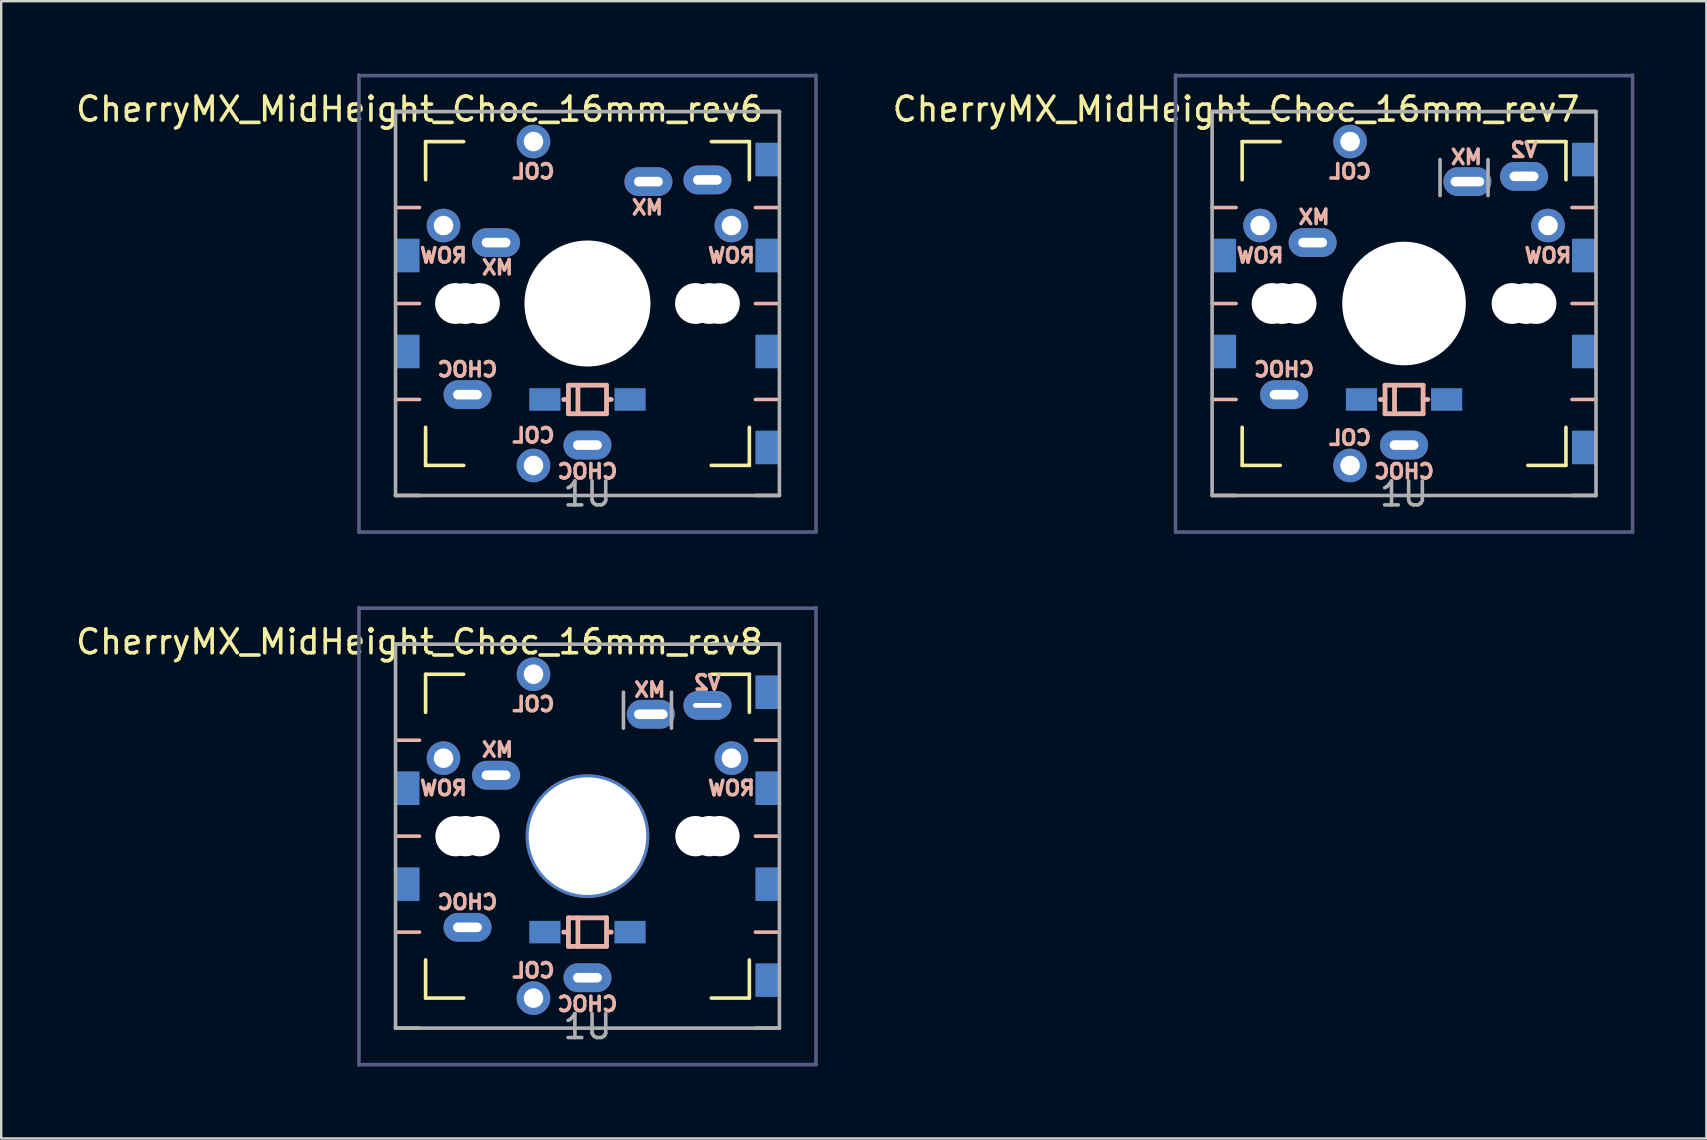
<source format=kicad_pcb>
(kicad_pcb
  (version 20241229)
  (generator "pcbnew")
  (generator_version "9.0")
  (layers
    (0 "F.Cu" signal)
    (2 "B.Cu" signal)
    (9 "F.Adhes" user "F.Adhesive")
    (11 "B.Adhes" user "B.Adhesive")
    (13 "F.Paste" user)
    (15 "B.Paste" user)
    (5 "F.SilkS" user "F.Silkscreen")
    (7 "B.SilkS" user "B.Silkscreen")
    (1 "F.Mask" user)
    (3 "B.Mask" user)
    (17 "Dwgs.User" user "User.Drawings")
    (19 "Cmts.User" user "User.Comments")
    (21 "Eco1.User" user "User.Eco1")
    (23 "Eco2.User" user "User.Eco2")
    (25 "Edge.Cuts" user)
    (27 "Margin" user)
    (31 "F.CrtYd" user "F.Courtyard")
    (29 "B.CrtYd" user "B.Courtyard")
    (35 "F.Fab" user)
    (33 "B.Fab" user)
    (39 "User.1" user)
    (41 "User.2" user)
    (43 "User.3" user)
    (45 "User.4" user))
  (footprint "CherryMX_MidHeight_Choc_16mm_rev6"
    (layer "F.Cu")
    (at 21.435 9.6)
    (property "Reference" "CherryMX_MidHeight_Choc_16mm_rev6" (at -7 -8.1 180) (layer "F.SilkS") (effects (font (size 1 1) (thickness 0.15))))
    (attr through_hole)
    (fp_line (start -6.747 -6.747) (end -5.159 -6.747) (stroke (width 0.15) (type solid)) (layer "F.SilkS"))
    (fp_line (start -6.747 -5.159) (end -6.747 -6.747) (stroke (width 0.15) (type solid)) (layer "F.SilkS"))
    (fp_line (start -6.747 6.747) (end -6.747 5.159) (stroke (width 0.15) (type solid)) (layer "F.SilkS"))
    (fp_line (start -5.159 6.747) (end -6.747 6.747) (stroke (width 0.15) (type solid)) (layer "F.SilkS"))
    (fp_line (start 5.159 -6.747) (end 6.747 -6.747) (stroke (width 0.15) (type solid)) (layer "F.SilkS"))
    (fp_line (start 6.747 -6.747) (end 6.747 -5.159) (stroke (width 0.15) (type solid)) (layer "F.SilkS"))
    (fp_line (start 6.747 5.159) (end 6.747 6.747) (stroke (width 0.15) (type solid)) (layer "F.SilkS"))
    (fp_line (start 6.747 6.747) (end 5.159 6.747) (stroke (width 0.15) (type solid)) (layer "F.SilkS"))
    (fp_line (start -7 -8) (end -8 -8) (stroke (width 0.15) (type solid)) (layer "B.SilkS"))
    (fp_line (start -7 -4) (end -8 -4) (stroke (width 0.15) (type solid)) (layer "B.SilkS"))
    (fp_line (start -7 0) (end -8 0) (stroke (width 0.15) (type solid)) (layer "B.SilkS"))
    (fp_line (start -7 4) (end -8 4) (stroke (width 0.15) (type solid)) (layer "B.SilkS"))
    (fp_line (start -7 8) (end -8 8) (stroke (width 0.15) (type solid)) (layer "B.SilkS"))
    (fp_line (start -0.992 4) (end -0.794 4) (stroke (width 0.2) (type solid)) (layer "B.SilkS"))
    (fp_line (start -0.794 3.405) (end -0.794 4.595) (stroke (width 0.2) (type solid)) (layer "B.SilkS"))
    (fp_line (start -0.794 4.595) (end 0.794 4.595) (stroke (width 0.2) (type solid)) (layer "B.SilkS"))
    (fp_line (start -0.397 4.595) (end -0.397 3.405) (stroke (width 0.2) (type solid)) (layer "B.SilkS"))
    (fp_line (start 0.794 3.405) (end -0.794 3.405) (stroke (width 0.2) (type solid)) (layer "B.SilkS"))
    (fp_line (start 0.794 4) (end 0.992 4) (stroke (width 0.2) (type solid)) (layer "B.SilkS"))
    (fp_line (start 0.794 4.595) (end 0.794 3.405) (stroke (width 0.2) (type solid)) (layer "B.SilkS"))
    (fp_line (start 8 -8) (end 7 -8) (stroke (width 0.15) (type solid)) (layer "B.SilkS"))
    (fp_line (start 8 -4) (end 7 -4) (stroke (width 0.15) (type solid)) (layer "B.SilkS"))
    (fp_line (start 8 0) (end 7 0) (stroke (width 0.15) (type solid)) (layer "B.SilkS"))
    (fp_line (start 8 4) (end 7 4) (stroke (width 0.15) (type solid)) (layer "B.SilkS"))
    (fp_line (start 8 8) (end 7 8) (stroke (width 0.15) (type solid)) (layer "B.SilkS"))
    (fp_line (start -9.525 9.525) (end -9.525 -9.525) (stroke (width 0.15) (type solid)) (layer "B.Fab"))
    (fp_line (start -9.5 -9.5) (end 9.5 -9.5) (stroke (width 0.15) (type solid)) (layer "B.Fab"))
    (fp_line (start 9.525 -9.525) (end 9.525 9.525) (stroke (width 0.15) (type solid)) (layer "B.Fab"))
    (fp_line (start 9.525 9.525) (end -9.525 9.525) (stroke (width 0.15) (type solid)) (layer "B.Fab"))
    (fp_line (start -8 -8) (end 8 -8) (stroke (width 0.15) (type solid)) (layer "F.Fab"))
    (fp_line (start -8 8) (end -8 -8) (stroke (width 0.15) (type solid)) (layer "F.Fab"))
    (fp_line (start 8 -8) (end 8 8) (stroke (width 0.15) (type solid)) (layer "F.Fab"))
    (fp_line (start 8 8) (end -8 8) (stroke (width 0.15) (type solid)) (layer "F.Fab"))
    (fp_text user "CHOC" (at -5 2.75 0) (unlocked yes) (layer "B.SilkS") (effects (font (size 0.6 0.6) (thickness 0.15)) (justify mirror)))
    (fp_text user "ROW" (at -6 -2 0) (unlocked yes) (layer "B.SilkS") (effects (font (size 0.6 0.6) (thickness 0.15)) (justify mirror)))
    (fp_text user "ROW" (at 6 -2 0) (unlocked yes) (layer "B.SilkS") (effects (font (size 0.6 0.6) (thickness 0.15)) (justify mirror)))
    (fp_text user "COL" (at -2.25 -5.5 0) (unlocked yes) (layer "B.SilkS") (effects (font (size 0.6 0.6) (thickness 0.15)) (justify mirror)))
    (fp_text user "MX" (at 2.5 -4 0) (unlocked yes) (layer "B.SilkS") (effects (font (size 0.6 0.6) (thickness 0.15)) (justify mirror)))
    (fp_text user "COL" (at -2.25 5.5 0) (unlocked yes) (layer "B.SilkS") (effects (font (size 0.6 0.6) (thickness 0.15)) (justify mirror)))
    (fp_text user "MX" (at -3.75 -1.5 0) (unlocked yes) (layer "B.SilkS") (effects (font (size 0.6 0.6) (thickness 0.15)) (justify mirror)))
    (fp_text user "CHOC" (at 0 7 0) (unlocked yes) (layer "B.SilkS") (effects (font (size 0.6 0.6) (thickness 0.15)) (justify mirror)))
    (fp_text user "1U" (at 0 7.938 180) (layer "F.Fab") (effects (font (size 1 1) (thickness 0.15))))
    (pad "" np_thru_hole circle (at -5.5 0 180) (size 1.7 1.7) (drill 1.7) (layers "*.Cu" "*.Mask"))
    (pad "" np_thru_hole circle (at -5.08 0 180) (size 1.7 1.7) (drill 1.7) (layers "*.Cu" "*.Mask"))
    (pad "" np_thru_hole circle (at -4.5 0 180) (size 1.7 1.7) (drill 1.7) (layers "*.Cu" "*.Mask"))
    (pad "" np_thru_hole circle (at 0 0 270) (size 5.25 5.25) (drill 5.25) (layers "*.Cu" "*.Mask"))
    (pad "" np_thru_hole circle (at 4.5 0 180) (size 1.7 1.7) (drill 1.7) (layers "*.Cu" "*.Mask"))
    (pad "" thru_hole oval (at 5 -5.15 180) (size 2 1.2) (drill oval 1.2 0.4) (layers "*.Cu" "B.Mask"))
    (pad "" np_thru_hole circle (at 5.08 0 180) (size 1.7 1.7) (drill 1.7) (layers "*.Cu" "*.Mask"))
    (pad "" np_thru_hole circle (at 5.5 0 180) (size 1.7 1.7) (drill 1.7) (layers "*.Cu" "*.Mask"))
    (pad "0" thru_hole oval (at 0 5.9 180) (size 2 1.2) (drill oval 1.2 0.4) (layers "*.Cu" "B.Mask"))
    (pad "0" smd rect (at 1.775 4) (size 1.3 0.94) (layers "B.Cu" "B.Mask" "B.Paste"))
    (pad "0" thru_hole oval (at 2.54 -5.08) (size 2 1.2) (drill oval 1.2 0.4) (layers "*.Cu" "B.Mask"))
    (pad "1" thru_hole oval (at -5 3.8 180) (size 2 1.2) (drill oval 1.2 0.4) (layers "*.Cu" "B.Mask"))
    (pad "1" thru_hole oval (at -3.81 -2.54) (size 2 1.2) (drill oval 1.2 0.4) (layers "*.Cu" "B.Mask"))
    (pad "1" thru_hole circle (at -2.25 -6.75 90) (size 1.4 1.4) (drill 0.813) (layers "*.Cu" "B.Mask"))
    (pad "1" thru_hole circle (at -2.25 6.75 90) (size 1.4 1.4) (drill 0.813) (layers "*.Cu" "B.Mask"))
    (pad "2" smd rect (at -7.5 -2) (size 1 1.4) (layers "B.Cu" "B.Mask" "B.Paste"))
    (pad "2" smd rect (at -7.5 2) (size 1 1.4) (layers "B.Cu" "B.Mask" "B.Paste"))
    (pad "2" thru_hole circle (at -6 -3.25 90) (size 1.4 1.4) (drill 0.813) (layers "*.Cu" "B.Mask"))
    (pad "2" smd rect (at -1.775 4) (size 1.3 0.94) (layers "B.Cu" "B.Mask" "B.Paste"))
    (pad "2" thru_hole circle (at 6 -3.25 90) (size 1.4 1.4) (drill 0.813) (layers "*.Cu" "B.Mask"))
    (pad "2" smd rect (at 7.5 -6) (size 1 1.4) (layers "B.Cu" "B.Mask" "B.Paste"))
    (pad "2" smd rect (at 7.5 -2) (size 1 1.4) (layers "B.Cu" "B.Mask" "B.Paste"))
    (pad "2" smd rect (at 7.5 2) (size 1 1.4) (layers "B.Cu" "B.Mask" "B.Paste"))
    (pad "2" smd rect (at 7.5 6) (size 1 1.4) (layers "B.Cu" "B.Mask" "B.Paste")))
  (footprint "CherryMX_MidHeight_Choc_16mm_rev8"
    (layer "F.Cu")
    (at 21.435 31.8)
    (property "Reference" "CherryMX_MidHeight_Choc_16mm_rev8" (at -7 -8.1 180) (layer "F.SilkS") (effects (font (size 1 1) (thickness 0.15))))
    (attr through_hole)
    (fp_line (start -6.747 -6.747) (end -5.159 -6.747) (stroke (width 0.15) (type solid)) (layer "F.SilkS"))
    (fp_line (start -6.747 -5.159) (end -6.747 -6.747) (stroke (width 0.15) (type solid)) (layer "F.SilkS"))
    (fp_line (start -6.747 6.747) (end -6.747 5.159) (stroke (width 0.15) (type solid)) (layer "F.SilkS"))
    (fp_line (start -5.159 6.747) (end -6.747 6.747) (stroke (width 0.15) (type solid)) (layer "F.SilkS"))
    (fp_line (start 5.159 -6.747) (end 6.747 -6.747) (stroke (width 0.15) (type solid)) (layer "F.SilkS"))
    (fp_line (start 6.747 -6.747) (end 6.747 -5.159) (stroke (width 0.15) (type solid)) (layer "F.SilkS"))
    (fp_line (start 6.747 5.159) (end 6.747 6.747) (stroke (width 0.15) (type solid)) (layer "F.SilkS"))
    (fp_line (start 6.747 6.747) (end 5.159 6.747) (stroke (width 0.15) (type solid)) (layer "F.SilkS"))
    (fp_line (start -7 -8) (end -8 -8) (stroke (width 0.15) (type solid)) (layer "B.SilkS"))
    (fp_line (start -7 -4) (end -8 -4) (stroke (width 0.15) (type solid)) (layer "B.SilkS"))
    (fp_line (start -7 0) (end -8 0) (stroke (width 0.15) (type solid)) (layer "B.SilkS"))
    (fp_line (start -7 4) (end -8 4) (stroke (width 0.15) (type solid)) (layer "B.SilkS"))
    (fp_line (start -7 8) (end -8 8) (stroke (width 0.15) (type solid)) (layer "B.SilkS"))
    (fp_line (start -0.992 4) (end -0.794 4) (stroke (width 0.2) (type solid)) (layer "B.SilkS"))
    (fp_line (start -0.794 3.405) (end -0.794 4.595) (stroke (width 0.2) (type solid)) (layer "B.SilkS"))
    (fp_line (start -0.794 4.595) (end 0.794 4.595) (stroke (width 0.2) (type solid)) (layer "B.SilkS"))
    (fp_line (start -0.397 4.595) (end -0.397 3.405) (stroke (width 0.2) (type solid)) (layer "B.SilkS"))
    (fp_line (start 0.794 3.405) (end -0.794 3.405) (stroke (width 0.2) (type solid)) (layer "B.SilkS"))
    (fp_line (start 0.794 4) (end 0.992 4) (stroke (width 0.2) (type solid)) (layer "B.SilkS"))
    (fp_line (start 0.794 4.595) (end 0.794 3.405) (stroke (width 0.2) (type solid)) (layer "B.SilkS"))
    (fp_line (start 8 -8) (end 7 -8) (stroke (width 0.15) (type solid)) (layer "B.SilkS"))
    (fp_line (start 8 -4) (end 7 -4) (stroke (width 0.15) (type solid)) (layer "B.SilkS"))
    (fp_line (start 8 0) (end 7 0) (stroke (width 0.15) (type solid)) (layer "B.SilkS"))
    (fp_line (start 8 4) (end 7 4) (stroke (width 0.15) (type solid)) (layer "B.SilkS"))
    (fp_line (start 8 8) (end 7 8) (stroke (width 0.15) (type solid)) (layer "B.SilkS"))
    (fp_line (start -9.525 9.525) (end -9.525 -9.525) (stroke (width 0.15) (type solid)) (layer "B.Fab"))
    (fp_line (start -9.5 -9.5) (end 9.5 -9.5) (stroke (width 0.15) (type solid)) (layer "B.Fab"))
    (fp_line (start 9.525 -9.525) (end 9.525 9.525) (stroke (width 0.15) (type solid)) (layer "B.Fab"))
    (fp_line (start 9.525 9.525) (end -9.525 9.525) (stroke (width 0.15) (type solid)) (layer "B.Fab"))
    (fp_line (start -8 -8) (end 8 -8) (stroke (width 0.15) (type solid)) (layer "F.Fab"))
    (fp_line (start -8 8) (end -8 -8) (stroke (width 0.15) (type solid)) (layer "F.Fab"))
    (fp_line (start 1.5 -6) (end 1.5 -4.5) (stroke (width 0.15) (type solid)) (layer "F.Fab"))
    (fp_line (start 3.5 -6) (end 3.5 -4.5) (stroke (width 0.15) (type solid)) (layer "F.Fab"))
    (fp_line (start 8 -8) (end 8 8) (stroke (width 0.15) (type solid)) (layer "F.Fab"))
    (fp_line (start 8 8) (end -8 8) (stroke (width 0.15) (type solid)) (layer "F.Fab"))
    (fp_text user "COL" (at -2.25 5.6 0) (unlocked yes) (layer "B.SilkS") (effects (font (size 0.6 0.6) (thickness 0.15)) (justify mirror)))
    (fp_text user "MX" (at 2.6 -6.1 0) (unlocked yes) (layer "B.SilkS") (effects (font (size 0.6 0.6) (thickness 0.15)) (justify mirror)))
    (fp_text user "CHOC" (at -5 2.75 0) (unlocked yes) (layer "B.SilkS") (effects (font (size 0.6 0.6) (thickness 0.15)) (justify mirror)))
    (fp_text user "V2" (at 5 -6.4 0) (unlocked yes) (layer "B.SilkS") (effects (font (size 0.6 0.6) (thickness 0.15)) (justify mirror)))
    (fp_text user "ROW" (at -6 -2 0) (unlocked yes) (layer "B.SilkS") (effects (font (size 0.6 0.6) (thickness 0.15)) (justify mirror)))
    (fp_text user "MX" (at -3.75 -3.6 0) (unlocked yes) (layer "B.SilkS") (effects (font (size 0.6 0.6) (thickness 0.15)) (justify mirror)))
    (fp_text user "CHOC" (at 0 7 0) (unlocked yes) (layer "B.SilkS") (effects (font (size 0.6 0.6) (thickness 0.15)) (justify mirror)))
    (fp_text user "ROW" (at 6 -2 0) (unlocked yes) (layer "B.SilkS") (effects (font (size 0.6 0.6) (thickness 0.15)) (justify mirror)))
    (fp_text user "COL" (at -2.25 -5.5 0) (unlocked yes) (layer "B.SilkS") (effects (font (size 0.6 0.6) (thickness 0.15)) (justify mirror)))
    (fp_text user "1U" (at 0 7.938 180) (layer "F.Fab") (effects (font (size 1 1) (thickness 0.15))))
    (pad "" np_thru_hole circle (at -5.5 0 180) (size 1.68 1.68) (drill 1.68) (layers "*.Cu" "*.Mask"))
    (pad "" np_thru_hole circle (at -5.08 0 180) (size 1.68 1.68) (drill 1.68) (layers "*.Cu" "*.Mask"))
    (pad "" np_thru_hole circle (at -4.5 0 180) (size 1.68 1.68) (drill 1.68) (layers "*.Cu" "*.Mask"))
    (pad "" np_thru_hole circle (at 0 0 270) (size 5.15 5.15) (drill 4.9) (layers "*.Cu" "*.Mask"))
    (pad "" np_thru_hole circle (at 4.5 0 180) (size 1.68 1.68) (drill 1.68) (layers "*.Cu" "*.Mask"))
    (pad "" thru_hole oval (at 5 -5.45 180) (size 2 1.2) (drill oval 1.2 0.2) (layers "*.Cu" "B.Mask"))
    (pad "" np_thru_hole circle (at 5.08 0 180) (size 1.68 1.68) (drill 1.68) (layers "*.Cu" "*.Mask"))
    (pad "" np_thru_hole circle (at 5.5 0 180) (size 1.68 1.68) (drill 1.68) (layers "*.Cu" "*.Mask"))
    (pad "0" thru_hole oval (at 0 5.9 180) (size 2 1.2) (drill oval 1.2 0.4) (layers "*.Cu" "B.Mask"))
    (pad "0" smd rect (at 1.775 4) (size 1.3 0.94) (layers "B.Cu" "B.Mask" "B.Paste"))
    (pad "0" thru_hole oval (at 2.64 -5.08) (size 2 1.2) (drill oval 1.4 0.4) (layers "*.Cu" "B.Mask"))
    (pad "1" thru_hole oval (at -5 3.8 180) (size 2 1.2) (drill oval 1.2 0.4) (layers "*.Cu" "B.Mask"))
    (pad "1" thru_hole oval (at -3.81 -2.54) (size 2 1.2) (drill oval 1.2 0.4) (layers "*.Cu" "B.Mask"))
    (pad "1" thru_hole circle (at -2.25 -6.75 90) (size 1.4 1.4) (drill 0.813) (layers "*.Cu" "B.Mask"))
    (pad "1" thru_hole circle (at -2.25 6.75 90) (size 1.4 1.4) (drill 0.813) (layers "*.Cu" "B.Mask"))
    (pad "2" smd rect (at -7.5 -2) (size 1 1.4) (layers "B.Cu" "B.Mask" "B.Paste"))
    (pad "2" smd rect (at -7.5 2) (size 1 1.4) (layers "B.Cu" "B.Mask" "B.Paste"))
    (pad "2" thru_hole circle (at -6 -3.25 90) (size 1.4 1.4) (drill 0.813) (layers "*.Cu" "B.Mask"))
    (pad "2" smd rect (at -1.775 4) (size 1.3 0.94) (layers "B.Cu" "B.Mask" "B.Paste"))
    (pad "2" thru_hole circle (at 6 -3.25 90) (size 1.4 1.4) (drill 0.813) (layers "*.Cu" "B.Mask"))
    (pad "2" smd rect (at 7.5 -6) (size 1 1.4) (layers "B.Cu" "B.Mask" "B.Paste"))
    (pad "2" smd rect (at 7.5 -2) (size 1 1.4) (layers "B.Cu" "B.Mask" "B.Paste"))
    (pad "2" smd rect (at 7.5 2) (size 1 1.4) (layers "B.Cu" "B.Mask" "B.Paste"))
    (pad "2" smd rect (at 7.5 6) (size 1 1.4) (layers "B.Cu" "B.Mask" "B.Paste")))
  (footprint "CherryMX_MidHeight_Choc_16mm_rev7"
    (layer "F.Cu")
    (at 55.469 9.6)
    (property "Reference" "CherryMX_MidHeight_Choc_16mm_rev7" (at -7 -8.1 180) (layer "F.SilkS") (effects (font (size 1 1) (thickness 0.15))))
    (attr through_hole)
    (fp_line (start -6.747 -6.747) (end -5.159 -6.747) (stroke (width 0.15) (type solid)) (layer "F.SilkS"))
    (fp_line (start -6.747 -5.159) (end -6.747 -6.747) (stroke (width 0.15) (type solid)) (layer "F.SilkS"))
    (fp_line (start -6.747 6.747) (end -6.747 5.159) (stroke (width 0.15) (type solid)) (layer "F.SilkS"))
    (fp_line (start -5.159 6.747) (end -6.747 6.747) (stroke (width 0.15) (type solid)) (layer "F.SilkS"))
    (fp_line (start 5.159 -6.747) (end 6.747 -6.747) (stroke (width 0.15) (type solid)) (layer "F.SilkS"))
    (fp_line (start 6.747 -6.747) (end 6.747 -5.159) (stroke (width 0.15) (type solid)) (layer "F.SilkS"))
    (fp_line (start 6.747 5.159) (end 6.747 6.747) (stroke (width 0.15) (type solid)) (layer "F.SilkS"))
    (fp_line (start 6.747 6.747) (end 5.159 6.747) (stroke (width 0.15) (type solid)) (layer "F.SilkS"))
    (fp_line (start -7 -8) (end -8 -8) (stroke (width 0.15) (type solid)) (layer "B.SilkS"))
    (fp_line (start -7 -4) (end -8 -4) (stroke (width 0.15) (type solid)) (layer "B.SilkS"))
    (fp_line (start -7 0) (end -8 0) (stroke (width 0.15) (type solid)) (layer "B.SilkS"))
    (fp_line (start -7 4) (end -8 4) (stroke (width 0.15) (type solid)) (layer "B.SilkS"))
    (fp_line (start -7 8) (end -8 8) (stroke (width 0.15) (type solid)) (layer "B.SilkS"))
    (fp_line (start -0.992 4) (end -0.794 4) (stroke (width 0.2) (type solid)) (layer "B.SilkS"))
    (fp_line (start -0.794 3.405) (end -0.794 4.595) (stroke (width 0.2) (type solid)) (layer "B.SilkS"))
    (fp_line (start -0.794 4.595) (end 0.794 4.595) (stroke (width 0.2) (type solid)) (layer "B.SilkS"))
    (fp_line (start -0.397 4.595) (end -0.397 3.405) (stroke (width 0.2) (type solid)) (layer "B.SilkS"))
    (fp_line (start 0.794 3.405) (end -0.794 3.405) (stroke (width 0.2) (type solid)) (layer "B.SilkS"))
    (fp_line (start 0.794 4) (end 0.992 4) (stroke (width 0.2) (type solid)) (layer "B.SilkS"))
    (fp_line (start 0.794 4.595) (end 0.794 3.405) (stroke (width 0.2) (type solid)) (layer "B.SilkS"))
    (fp_line (start 8 -8) (end 7 -8) (stroke (width 0.15) (type solid)) (layer "B.SilkS"))
    (fp_line (start 8 -4) (end 7 -4) (stroke (width 0.15) (type solid)) (layer "B.SilkS"))
    (fp_line (start 8 0) (end 7 0) (stroke (width 0.15) (type solid)) (layer "B.SilkS"))
    (fp_line (start 8 4) (end 7 4) (stroke (width 0.15) (type solid)) (layer "B.SilkS"))
    (fp_line (start 8 8) (end 7 8) (stroke (width 0.15) (type solid)) (layer "B.SilkS"))
    (fp_line (start -9.525 9.525) (end -9.525 -9.525) (stroke (width 0.15) (type solid)) (layer "B.Fab"))
    (fp_line (start -9.5 -9.5) (end 9.5 -9.5) (stroke (width 0.15) (type solid)) (layer "B.Fab"))
    (fp_line (start 9.525 -9.525) (end 9.525 9.525) (stroke (width 0.15) (type solid)) (layer "B.Fab"))
    (fp_line (start 9.525 9.525) (end -9.525 9.525) (stroke (width 0.15) (type solid)) (layer "B.Fab"))
    (fp_line (start -8 -8) (end 8 -8) (stroke (width 0.15) (type solid)) (layer "F.Fab"))
    (fp_line (start -8 8) (end -8 -8) (stroke (width 0.15) (type solid)) (layer "F.Fab"))
    (fp_line (start 1.5 -6) (end 1.5 -4.5) (stroke (width 0.15) (type solid)) (layer "F.Fab"))
    (fp_line (start 3.5 -6) (end 3.5 -4.5) (stroke (width 0.15) (type solid)) (layer "F.Fab"))
    (fp_line (start 8 -8) (end 8 8) (stroke (width 0.15) (type solid)) (layer "F.Fab"))
    (fp_line (start 8 8) (end -8 8) (stroke (width 0.15) (type solid)) (layer "F.Fab"))
    (fp_text user "MX" (at -3.75 -3.6 0) (unlocked yes) (layer "B.SilkS") (effects (font (size 0.6 0.6) (thickness 0.15)) (justify mirror)))
    (fp_text user "ROW" (at 6 -2 0) (unlocked yes) (layer "B.SilkS") (effects (font (size 0.6 0.6) (thickness 0.15)) (justify mirror)))
    (fp_text user "MX" (at 2.6 -6.1 0) (unlocked yes) (layer "B.SilkS") (effects (font (size 0.6 0.6) (thickness 0.15)) (justify mirror)))
    (fp_text user "CHOC" (at -5 2.75 0) (unlocked yes) (layer "B.SilkS") (effects (font (size 0.6 0.6) (thickness 0.15)) (justify mirror)))
    (fp_text user "V2" (at 5 -6.4 0) (unlocked yes) (layer "B.SilkS") (effects (font (size 0.6 0.6) (thickness 0.15)) (justify mirror)))
    (fp_text user "COL" (at -2.25 5.6 0) (unlocked yes) (layer "B.SilkS") (effects (font (size 0.6 0.6) (thickness 0.15)) (justify mirror)))
    (fp_text user "COL" (at -2.25 -5.5 0) (unlocked yes) (layer "B.SilkS") (effects (font (size 0.6 0.6) (thickness 0.15)) (justify mirror)))
    (fp_text user "CHOC" (at 0 7 0) (unlocked yes) (layer "B.SilkS") (effects (font (size 0.6 0.6) (thickness 0.15)) (justify mirror)))
    (fp_text user "ROW" (at -6 -2 0) (unlocked yes) (layer "B.SilkS") (effects (font (size 0.6 0.6) (thickness 0.15)) (justify mirror)))
    (fp_text user "1U" (at 0 7.938 180) (layer "F.Fab") (effects (font (size 1 1) (thickness 0.15))))
    (pad "" np_thru_hole circle (at -5.5 0 180) (size 1.7 1.7) (drill 1.7) (layers "*.Cu" "*.Mask"))
    (pad "" np_thru_hole circle (at -5.08 0 180) (size 1.7 1.7) (drill 1.7) (layers "*.Cu" "*.Mask"))
    (pad "" np_thru_hole circle (at -4.5 0 180) (size 1.7 1.7) (drill 1.7) (layers "*.Cu" "*.Mask"))
    (pad "" np_thru_hole circle (at 0 0 270) (size 5.15 5.15) (drill 5.15) (layers "*.Cu" "*.Mask"))
    (pad "" np_thru_hole circle (at 4.5 0 180) (size 1.7 1.7) (drill 1.7) (layers "*.Cu" "*.Mask"))
    (pad "" thru_hole oval (at 5 -5.3 180) (size 2 1.2) (drill oval 1.2 0.4) (layers "*.Cu" "B.Mask"))
    (pad "" np_thru_hole circle (at 5.08 0 180) (size 1.7 1.7) (drill 1.7) (layers "*.Cu" "*.Mask"))
    (pad "" np_thru_hole circle (at 5.5 0 180) (size 1.7 1.7) (drill 1.7) (layers "*.Cu" "*.Mask"))
    (pad "0" thru_hole oval (at 0 5.9 180) (size 2 1.2) (drill oval 1.2 0.4) (layers "*.Cu" "B.Mask"))
    (pad "0" smd rect (at 1.775 4) (size 1.3 0.94) (layers "B.Cu" "B.Mask" "B.Paste"))
    (pad "0" thru_hole oval (at 2.64 -5.08) (size 2 1.2) (drill oval 1.4 0.4) (layers "*.Cu" "B.Mask"))
    (pad "1" thru_hole oval (at -5 3.8 180) (size 2 1.2) (drill oval 1.2 0.4) (layers "*.Cu" "B.Mask"))
    (pad "1" thru_hole oval (at -3.81 -2.54) (size 2 1.2) (drill oval 1.2 0.4) (layers "*.Cu" "B.Mask"))
    (pad "1" thru_hole circle (at -2.25 -6.75 90) (size 1.4 1.4) (drill 0.813) (layers "*.Cu" "B.Mask"))
    (pad "1" thru_hole circle (at -2.25 6.75 90) (size 1.4 1.4) (drill 0.813) (layers "*.Cu" "B.Mask"))
    (pad "2" smd rect (at -7.5 -2) (size 1 1.4) (layers "B.Cu" "B.Mask" "B.Paste"))
    (pad "2" smd rect (at -7.5 2) (size 1 1.4) (layers "B.Cu" "B.Mask" "B.Paste"))
    (pad "2" thru_hole circle (at -6 -3.25 90) (size 1.4 1.4) (drill 0.813) (layers "*.Cu" "B.Mask"))
    (pad "2" smd rect (at -1.775 4) (size 1.3 0.94) (layers "B.Cu" "B.Mask" "B.Paste"))
    (pad "2" thru_hole circle (at 6 -3.25 90) (size 1.4 1.4) (drill 0.813) (layers "*.Cu" "B.Mask"))
    (pad "2" smd rect (at 7.5 -6) (size 1 1.4) (layers "B.Cu" "B.Mask" "B.Paste"))
    (pad "2" smd rect (at 7.5 -2) (size 1 1.4) (layers "B.Cu" "B.Mask" "B.Paste"))
    (pad "2" smd rect (at 7.5 2) (size 1 1.4) (layers "B.Cu" "B.Mask" "B.Paste"))
    (pad "2" smd rect (at 7.5 6) (size 1 1.4) (layers "B.Cu" "B.Mask" "B.Paste")))
  (gr_rect
    (start -3 -3)
    (end 68.069 44.4)
    (stroke (width 0.1) (type default))
    (fill no)
    (layer "Edge.Cuts")))
</source>
